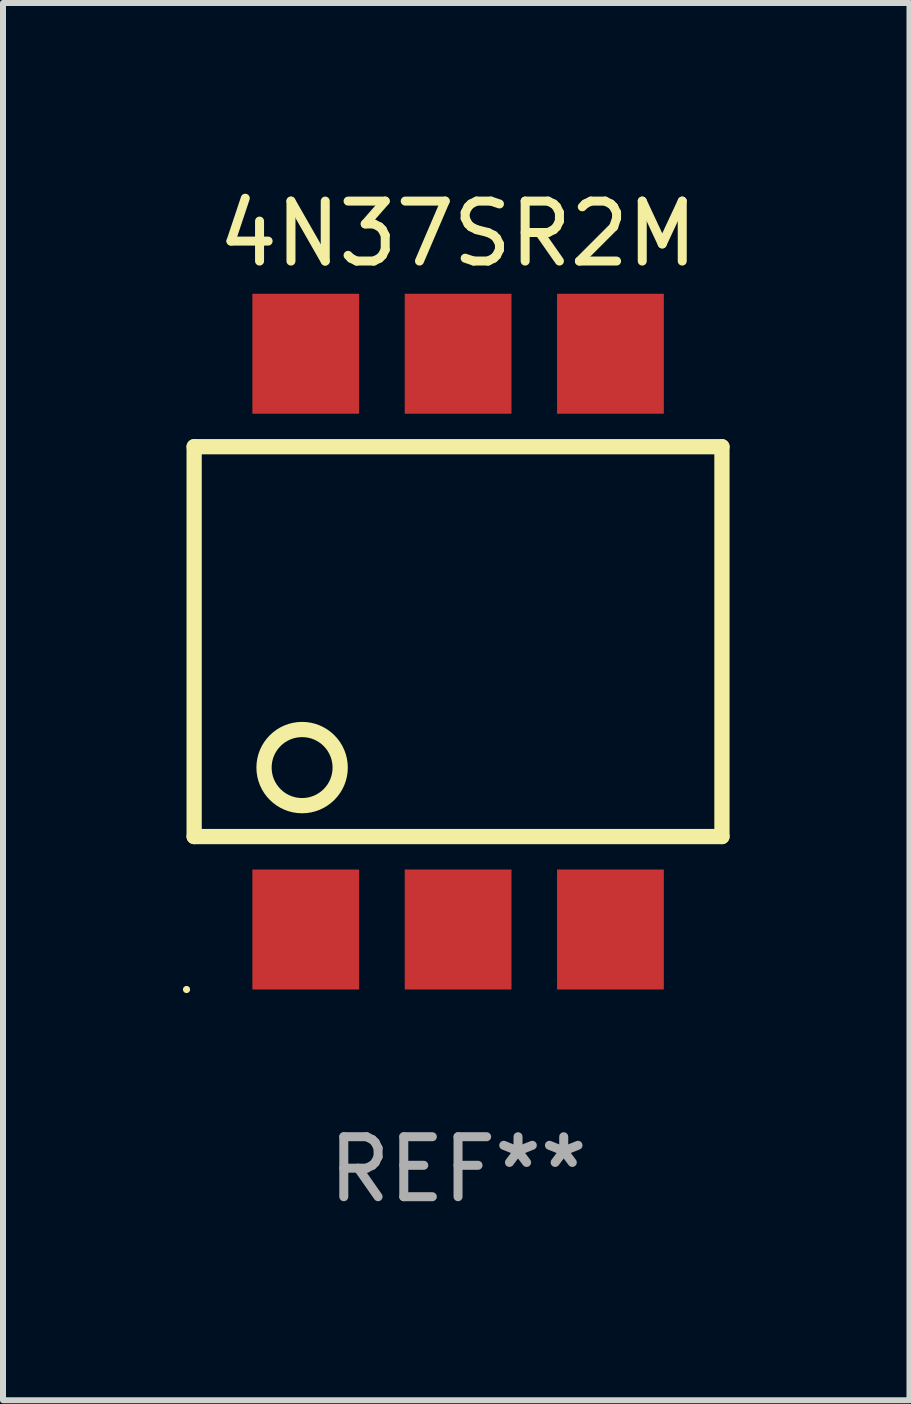
<source format=kicad_pcb>
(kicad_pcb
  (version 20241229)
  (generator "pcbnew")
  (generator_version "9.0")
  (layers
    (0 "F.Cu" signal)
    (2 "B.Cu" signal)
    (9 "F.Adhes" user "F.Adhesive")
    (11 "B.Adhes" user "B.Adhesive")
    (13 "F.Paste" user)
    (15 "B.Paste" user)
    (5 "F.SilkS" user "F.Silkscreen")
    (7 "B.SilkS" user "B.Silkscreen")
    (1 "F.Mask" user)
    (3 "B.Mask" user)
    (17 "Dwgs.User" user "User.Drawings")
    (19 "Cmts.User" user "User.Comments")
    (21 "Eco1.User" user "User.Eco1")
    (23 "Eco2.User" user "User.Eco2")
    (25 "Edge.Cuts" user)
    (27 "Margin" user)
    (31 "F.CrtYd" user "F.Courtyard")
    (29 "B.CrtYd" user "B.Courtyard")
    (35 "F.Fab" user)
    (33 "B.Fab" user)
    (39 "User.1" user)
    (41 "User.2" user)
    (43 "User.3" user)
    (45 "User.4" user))
  (footprint "4N37SR2M"
    (layer "F.Cu")
    (at 4.587 7.648)
    (property "Reference" "4N37SR2M" (at 0 -6.8 0) (layer "F.SilkS") (effects (font (size 1 1) (thickness 0.15))))
    (attr through_hole)
    (fp_line (start -4.4 -3.25) (end -4.4 3.25) (stroke (width 0.254) (type solid)) (layer "F.SilkS"))
    (fp_line (start -4.4 -3.25) (end 4.4 -3.25) (stroke (width 0.254) (type solid)) (layer "F.SilkS"))
    (fp_line (start 4.4 3.25) (end -4.4 3.25) (stroke (width 0.254) (type solid)) (layer "F.SilkS"))
    (fp_line (start 4.4 3.25) (end 4.4 -3.25) (stroke (width 0.254) (type solid)) (layer "F.SilkS"))
    (fp_circle (center -4.527 5.8) (end -4.497 5.8) (stroke (width 0.06) (type solid)) (fill no) (layer "F.SilkS"))
    (fp_circle (center -2.6 2.1) (end -1.965 2.1) (stroke (width 0.254) (type solid)) (fill no) (layer "F.SilkS"))
    (fp_text user "REF**" (at 0 8.8 0) (layer "F.Fab") (effects (font (size 1 1) (thickness 0.15))))
    (pad "1" smd rect (at -2.539 4.8) (size 1.78 2) (layers "F.Cu" "F.Mask" "F.Paste"))
    (pad "2" smd rect (at 0.001 4.8) (size 1.78 2) (layers "F.Cu" "F.Mask" "F.Paste"))
    (pad "3" smd rect (at 2.541 4.8) (size 1.78 2) (layers "F.Cu" "F.Mask" "F.Paste"))
    (pad "4" smd rect (at 2.541 -4.8) (size 1.78 2) (layers "F.Cu" "F.Mask" "F.Paste"))
    (pad "5" smd rect (at 0.001 -4.8) (size 1.78 2) (layers "F.Cu" "F.Mask" "F.Paste"))
    (pad "6" smd rect (at -2.539 -4.8) (size 1.78 2) (layers "F.Cu" "F.Mask" "F.Paste")))
  (gr_rect
    (start -3 -3)
    (end 12.114 20.297)
    (stroke (width 0.1) (type default))
    (fill no)
    (layer "Edge.Cuts")))
</source>
